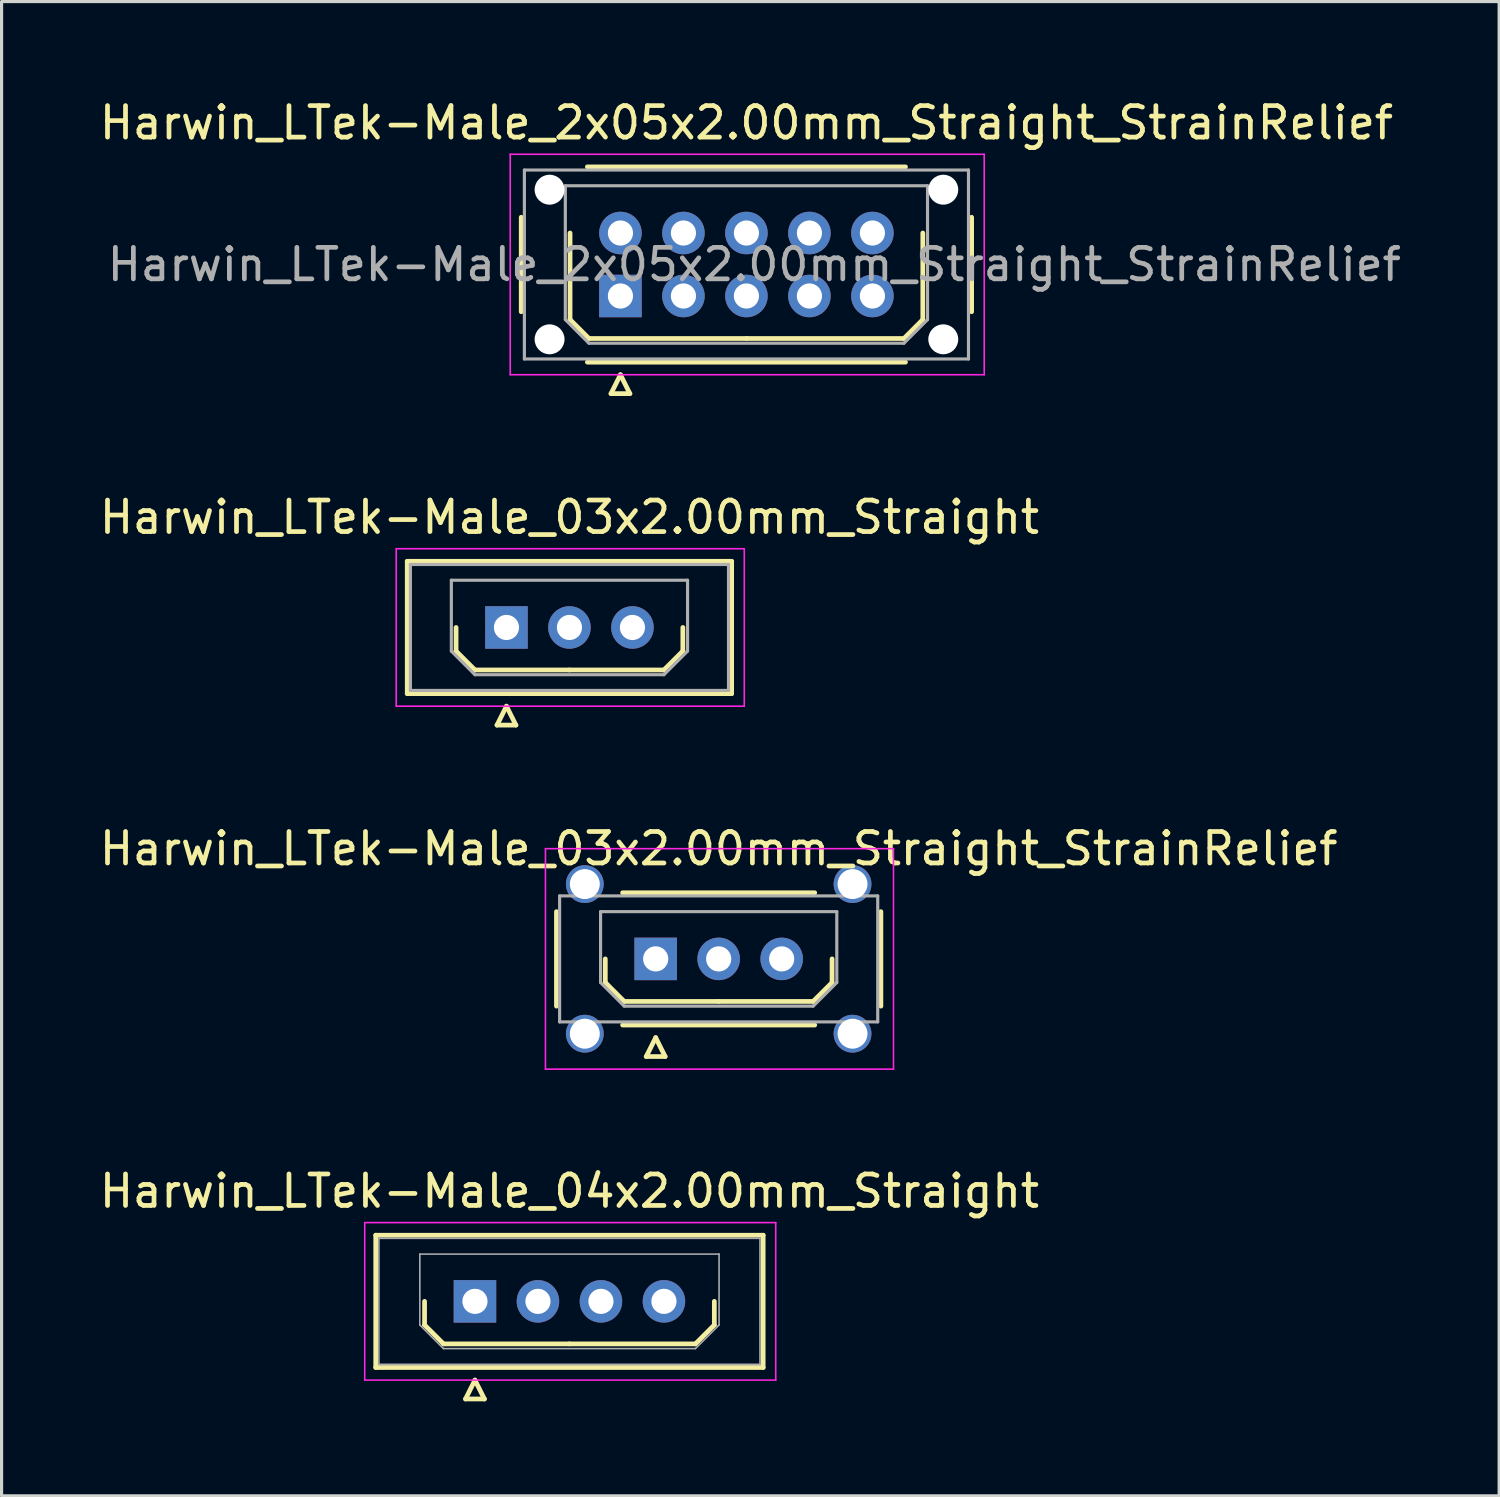
<source format=kicad_pcb>
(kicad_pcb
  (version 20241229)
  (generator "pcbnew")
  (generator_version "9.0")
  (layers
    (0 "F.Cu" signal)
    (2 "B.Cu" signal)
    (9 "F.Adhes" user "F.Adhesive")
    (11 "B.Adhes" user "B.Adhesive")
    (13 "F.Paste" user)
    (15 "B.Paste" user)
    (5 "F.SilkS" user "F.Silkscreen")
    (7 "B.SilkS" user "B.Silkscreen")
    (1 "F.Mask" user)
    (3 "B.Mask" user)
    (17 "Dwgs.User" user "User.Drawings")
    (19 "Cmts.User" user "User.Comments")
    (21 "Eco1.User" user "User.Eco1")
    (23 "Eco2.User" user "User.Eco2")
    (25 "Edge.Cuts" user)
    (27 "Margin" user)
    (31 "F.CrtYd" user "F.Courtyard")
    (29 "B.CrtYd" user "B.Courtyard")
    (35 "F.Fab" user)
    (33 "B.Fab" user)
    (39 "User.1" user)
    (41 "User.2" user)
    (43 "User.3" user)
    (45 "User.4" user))
  (footprint "Harwin_LTek-Male_04x2.00mm_Straight"
    (layer "F.Cu")
    (at 12.03 38.268)
    (property "Reference" "Harwin_LTek-Male_04x2.00mm_Straight" (at 3 -3.5 0) (layer "F.SilkS") (effects (font (size 1 1) (thickness 0.15))))
    (attr through_hole)
    (fp_line (start -3.15 -2.1) (end -3.15 2.1) (stroke (width 0.15) (type solid)) (layer "F.SilkS"))
    (fp_line (start -3.15 2.1) (end 9.15 2.1) (stroke (width 0.15) (type solid)) (layer "F.SilkS"))
    (fp_line (start -1.6 0) (end -1.6 0.75) (stroke (width 0.15) (type solid)) (layer "F.SilkS"))
    (fp_line (start -1.6 0.75) (end -1 1.35) (stroke (width 0.15) (type solid)) (layer "F.SilkS"))
    (fp_line (start -1 1.35) (end 3 1.35) (stroke (width 0.15) (type solid)) (layer "F.SilkS"))
    (fp_line (start -0.3 3.1) (end 0.3 3.1) (stroke (width 0.15) (type solid)) (layer "F.SilkS"))
    (fp_line (start 0 2.5) (end -0.3 3.1) (stroke (width 0.15) (type solid)) (layer "F.SilkS"))
    (fp_line (start 0.3 3.1) (end 0 2.5) (stroke (width 0.15) (type solid)) (layer "F.SilkS"))
    (fp_line (start 7 1.35) (end 3 1.35) (stroke (width 0.15) (type solid)) (layer "F.SilkS"))
    (fp_line (start 7.6 0) (end 7.6 0.75) (stroke (width 0.15) (type solid)) (layer "F.SilkS"))
    (fp_line (start 7.6 0.75) (end 7 1.35) (stroke (width 0.15) (type solid)) (layer "F.SilkS"))
    (fp_line (start 9.15 -2.1) (end -3.15 -2.1) (stroke (width 0.15) (type solid)) (layer "F.SilkS"))
    (fp_line (start 9.15 2.1) (end 9.15 -2.1) (stroke (width 0.15) (type solid)) (layer "F.SilkS"))
    (fp_line (start -3.5 -2.5) (end -3.5 2.5) (stroke (width 0.05) (type solid)) (layer "F.CrtYd"))
    (fp_line (start -3.5 2.5) (end 9.55 2.5) (stroke (width 0.05) (type solid)) (layer "F.CrtYd"))
    (fp_line (start 9.55 -2.5) (end -3.5 -2.5) (stroke (width 0.05) (type solid)) (layer "F.CrtYd"))
    (fp_line (start 9.55 2.5) (end 9.55 -2.5) (stroke (width 0.05) (type solid)) (layer "F.CrtYd"))
    (fp_line (start -3.05 -2) (end -3.05 2) (stroke (width 0.05) (type solid)) (layer "F.Fab"))
    (fp_line (start -3.05 2) (end 9.05 2) (stroke (width 0.05) (type solid)) (layer "F.Fab"))
    (fp_line (start -1.75 -1.5) (end 7.75 -1.5) (stroke (width 0.05) (type solid)) (layer "F.Fab"))
    (fp_line (start -1.75 0.75) (end -1.75 -1.5) (stroke (width 0.05) (type solid)) (layer "F.Fab"))
    (fp_line (start -1 1.5) (end -1.75 0.75) (stroke (width 0.05) (type solid)) (layer "F.Fab"))
    (fp_line (start 7 1.5) (end -1 1.5) (stroke (width 0.05) (type solid)) (layer "F.Fab"))
    (fp_line (start 7.75 -1.5) (end 7.75 0.75) (stroke (width 0.05) (type solid)) (layer "F.Fab"))
    (fp_line (start 7.75 0.75) (end 7 1.5) (stroke (width 0.05) (type solid)) (layer "F.Fab"))
    (fp_line (start 9.05 -2) (end -3.05 -2) (stroke (width 0.05) (type solid)) (layer "F.Fab"))
    (fp_line (start 9.05 2) (end 9.05 -2) (stroke (width 0.05) (type solid)) (layer "F.Fab"))
    (pad "1" thru_hole rect (at 0 0) (size 1.35 1.35) (drill 0.8) (layers "*.Cu" "*.Mask"))
    (pad "2" thru_hole circle (at 2 0) (size 1.35 1.35) (drill 0.8) (layers "*.Cu" "*.Mask"))
    (pad "3" thru_hole circle (at 4 0) (size 1.35 1.35) (drill 0.8) (layers "*.Cu" "*.Mask"))
    (pad "4" thru_hole circle (at 6 0) (size 1.35 1.35) (drill 0.8) (layers "*.Cu" "*.Mask")))
  (footprint "Harwin_LTek-Male_2x05x2.00mm_Straight_StrainRelief"
    (layer "F.Cu")
    (at 16.649 6.348)
    (property "Reference" "Harwin_LTek-Male_2x05x2.00mm_Straight_StrainRelief" (at 4 -5.5 0) (layer "F.SilkS") (effects (font (size 1 1) (thickness 0.15))))
    (attr through_hole)
    (fp_line (start -3.15 -2.5) (end -3.15 0.5) (stroke (width 0.15) (type solid)) (layer "F.SilkS"))
    (fp_line (start -1.6 -2) (end -1.6 0.75) (stroke (width 0.15) (type solid)) (layer "F.SilkS"))
    (fp_line (start -1.6 0.75) (end -1 1.35) (stroke (width 0.15) (type solid)) (layer "F.SilkS"))
    (fp_line (start -1.05 -4.1) (end 9.05 -4.1) (stroke (width 0.15) (type solid)) (layer "F.SilkS"))
    (fp_line (start -1.05 2.1) (end 9.05 2.1) (stroke (width 0.15) (type solid)) (layer "F.SilkS"))
    (fp_line (start -1 1.35) (end 4 1.35) (stroke (width 0.15) (type solid)) (layer "F.SilkS"))
    (fp_line (start -0.3 3.1) (end 0.3 3.1) (stroke (width 0.15) (type solid)) (layer "F.SilkS"))
    (fp_line (start 0 2.5) (end -0.3 3.1) (stroke (width 0.15) (type solid)) (layer "F.SilkS"))
    (fp_line (start 0.3 3.1) (end 0 2.5) (stroke (width 0.15) (type solid)) (layer "F.SilkS"))
    (fp_line (start 9 1.35) (end 4 1.35) (stroke (width 0.15) (type solid)) (layer "F.SilkS"))
    (fp_line (start 9.6 -2) (end 9.6 0.75) (stroke (width 0.15) (type solid)) (layer "F.SilkS"))
    (fp_line (start 9.6 0.75) (end 9 1.35) (stroke (width 0.15) (type solid)) (layer "F.SilkS"))
    (fp_line (start 11.15 -2.5) (end 11.15 0.5) (stroke (width 0.15) (type solid)) (layer "F.SilkS"))
    (fp_line (start -3.5 -4.5) (end -3.5 2.5) (stroke (width 0.05) (type solid)) (layer "F.CrtYd"))
    (fp_line (start -3.5 2.5) (end 11.55 2.5) (stroke (width 0.05) (type solid)) (layer "F.CrtYd"))
    (fp_line (start 11.55 -4.5) (end -3.5 -4.5) (stroke (width 0.05) (type solid)) (layer "F.CrtYd"))
    (fp_line (start 11.55 2.5) (end 11.55 -4.5) (stroke (width 0.05) (type solid)) (layer "F.CrtYd"))
    (fp_line (start -3.05 -4) (end -3.05 2) (stroke (width 0.1) (type solid)) (layer "F.Fab"))
    (fp_line (start -3.05 2) (end 11.05 2) (stroke (width 0.1) (type solid)) (layer "F.Fab"))
    (fp_line (start -1.75 -3.5) (end 9.75 -3.5) (stroke (width 0.1) (type solid)) (layer "F.Fab"))
    (fp_line (start -1.75 0.75) (end -1.75 -3.5) (stroke (width 0.1) (type solid)) (layer "F.Fab"))
    (fp_line (start -1 1.5) (end -1.75 0.75) (stroke (width 0.1) (type solid)) (layer "F.Fab"))
    (fp_line (start 9 1.5) (end -1 1.5) (stroke (width 0.1) (type solid)) (layer "F.Fab"))
    (fp_line (start 9.75 -3.5) (end 9.75 0.75) (stroke (width 0.1) (type solid)) (layer "F.Fab"))
    (fp_line (start 9.75 0.75) (end 9 1.5) (stroke (width 0.1) (type solid)) (layer "F.Fab"))
    (fp_line (start 11.05 -4) (end -3.05 -4) (stroke (width 0.1) (type solid)) (layer "F.Fab"))
    (fp_line (start 11.05 2) (end 11.05 -4) (stroke (width 0.1) (type solid)) (layer "F.Fab"))
    (fp_text user "${REFERENCE}" (at 4.25 -1 0) (layer "F.Fab") (effects (font (size 1 1) (thickness 0.15))))
    (pad "" np_thru_hole circle (at -2.25 -3.375) (size 0.95 0.95) (drill 0.95) (layers "*.Cu" "*.Mask"))
    (pad "" np_thru_hole circle (at -2.25 1.375) (size 0.95 0.95) (drill 0.95) (layers "*.Cu" "*.Mask"))
    (pad "" np_thru_hole circle (at 10.25 -3.375) (size 0.95 0.95) (drill 0.95) (layers "*.Cu" "*.Mask"))
    (pad "" np_thru_hole circle (at 10.25 1.375) (size 0.95 0.95) (drill 0.95) (layers "*.Cu" "*.Mask"))
    (pad "1" thru_hole rect (at 0 0) (size 1.35 1.35) (drill 0.8) (layers "*.Cu" "*.Mask"))
    (pad "2" thru_hole circle (at 2 0) (size 1.35 1.35) (drill 0.8) (layers "*.Cu" "*.Mask"))
    (pad "3" thru_hole circle (at 4 0) (size 1.35 1.35) (drill 0.8) (layers "*.Cu" "*.Mask"))
    (pad "4" thru_hole circle (at 6 0) (size 1.35 1.35) (drill 0.8) (layers "*.Cu" "*.Mask"))
    (pad "5" thru_hole circle (at 8 0) (size 1.35 1.35) (drill 0.8) (layers "*.Cu" "*.Mask"))
    (pad "6" thru_hole circle (at 0 -2) (size 1.35 1.35) (drill 0.8) (layers "*.Cu" "*.Mask"))
    (pad "7" thru_hole circle (at 2 -2) (size 1.35 1.35) (drill 0.8) (layers "*.Cu" "*.Mask"))
    (pad "8" thru_hole circle (at 4 -2) (size 1.35 1.35) (drill 0.8) (layers "*.Cu" "*.Mask"))
    (pad "9" thru_hole circle (at 6 -2) (size 1.35 1.35) (drill 0.8) (layers "*.Cu" "*.Mask"))
    (pad "10" thru_hole circle (at 8 -2) (size 1.35 1.35) (drill 0.8) (layers "*.Cu" "*.Mask")))
  (footprint "Harwin_LTek-Male_03x2.00mm_Straight"
    (layer "F.Cu")
    (at 13.03 16.872)
    (property "Reference" "Harwin_LTek-Male_03x2.00mm_Straight" (at 2 -3.5 0) (layer "F.SilkS") (effects (font (size 1 1) (thickness 0.15))))
    (attr through_hole)
    (fp_line (start -3.15 -2.1) (end -3.15 2.1) (stroke (width 0.15) (type solid)) (layer "F.SilkS"))
    (fp_line (start -3.15 2.1) (end 7.15 2.1) (stroke (width 0.15) (type solid)) (layer "F.SilkS"))
    (fp_line (start -1.6 0) (end -1.6 0.75) (stroke (width 0.15) (type solid)) (layer "F.SilkS"))
    (fp_line (start -1.6 0.75) (end -1 1.35) (stroke (width 0.15) (type solid)) (layer "F.SilkS"))
    (fp_line (start -1 1.35) (end 2 1.35) (stroke (width 0.15) (type solid)) (layer "F.SilkS"))
    (fp_line (start -0.3 3.1) (end 0.3 3.1) (stroke (width 0.15) (type solid)) (layer "F.SilkS"))
    (fp_line (start 0 2.5) (end -0.3 3.1) (stroke (width 0.15) (type solid)) (layer "F.SilkS"))
    (fp_line (start 0.3 3.1) (end 0 2.5) (stroke (width 0.15) (type solid)) (layer "F.SilkS"))
    (fp_line (start 5 1.35) (end 2 1.35) (stroke (width 0.15) (type solid)) (layer "F.SilkS"))
    (fp_line (start 5.6 0) (end 5.6 0.75) (stroke (width 0.15) (type solid)) (layer "F.SilkS"))
    (fp_line (start 5.6 0.75) (end 5 1.35) (stroke (width 0.15) (type solid)) (layer "F.SilkS"))
    (fp_line (start 7.15 -2.1) (end -3.15 -2.1) (stroke (width 0.15) (type solid)) (layer "F.SilkS"))
    (fp_line (start 7.15 2.1) (end 7.15 -2.1) (stroke (width 0.15) (type solid)) (layer "F.SilkS"))
    (fp_line (start -3.5 -2.5) (end -3.5 2.5) (stroke (width 0.05) (type solid)) (layer "F.CrtYd"))
    (fp_line (start -3.5 2.5) (end 7.55 2.5) (stroke (width 0.05) (type solid)) (layer "F.CrtYd"))
    (fp_line (start 7.55 -2.5) (end -3.5 -2.5) (stroke (width 0.05) (type solid)) (layer "F.CrtYd"))
    (fp_line (start 7.55 2.5) (end 7.55 -2.5) (stroke (width 0.05) (type solid)) (layer "F.CrtYd"))
    (fp_line (start -3.05 -2) (end -3.05 2) (stroke (width 0.1) (type solid)) (layer "F.Fab"))
    (fp_line (start -3.05 2) (end 7.05 2) (stroke (width 0.1) (type solid)) (layer "F.Fab"))
    (fp_line (start -1.75 -1.5) (end 5.75 -1.5) (stroke (width 0.1) (type solid)) (layer "F.Fab"))
    (fp_line (start -1.75 0.75) (end -1.75 -1.5) (stroke (width 0.1) (type solid)) (layer "F.Fab"))
    (fp_line (start -1 1.5) (end -1.75 0.75) (stroke (width 0.1) (type solid)) (layer "F.Fab"))
    (fp_line (start 5 1.5) (end -1 1.5) (stroke (width 0.1) (type solid)) (layer "F.Fab"))
    (fp_line (start 5.75 -1.5) (end 5.75 0.75) (stroke (width 0.1) (type solid)) (layer "F.Fab"))
    (fp_line (start 5.75 0.75) (end 5 1.5) (stroke (width 0.1) (type solid)) (layer "F.Fab"))
    (fp_line (start 7.05 -2) (end -3.05 -2) (stroke (width 0.1) (type solid)) (layer "F.Fab"))
    (fp_line (start 7.05 2) (end 7.05 -2) (stroke (width 0.1) (type solid)) (layer "F.Fab"))
    (pad "1" thru_hole rect (at 0 0) (size 1.35 1.35) (drill 0.8) (layers "*.Cu" "*.Mask"))
    (pad "2" thru_hole circle (at 2 0) (size 1.35 1.35) (drill 0.8) (layers "*.Cu" "*.Mask"))
    (pad "3" thru_hole circle (at 4 0) (size 1.35 1.35) (drill 0.8) (layers "*.Cu" "*.Mask")))
  (footprint "Harwin_LTek-Male_03x2.00mm_Straight_StrainRelief"
    (layer "F.Cu")
    (at 17.768 27.395)
    (property "Reference" "Harwin_LTek-Male_03x2.00mm_Straight_StrainRelief" (at 2 -3.5 0) (layer "F.SilkS") (effects (font (size 1 1) (thickness 0.15))))
    (attr through_hole)
    (fp_line (start -3.15 -1.5) (end -3.15 1.5) (stroke (width 0.15) (type solid)) (layer "F.SilkS"))
    (fp_line (start -1.6 0) (end -1.6 0.75) (stroke (width 0.15) (type solid)) (layer "F.SilkS"))
    (fp_line (start -1.6 0.75) (end -1 1.35) (stroke (width 0.15) (type solid)) (layer "F.SilkS"))
    (fp_line (start -1.05 -2.1) (end 5.05 -2.1) (stroke (width 0.15) (type solid)) (layer "F.SilkS"))
    (fp_line (start -1.05 2.1) (end 5.05 2.1) (stroke (width 0.15) (type solid)) (layer "F.SilkS"))
    (fp_line (start -1 1.35) (end 2 1.35) (stroke (width 0.15) (type solid)) (layer "F.SilkS"))
    (fp_line (start -0.3 3.1) (end 0.3 3.1) (stroke (width 0.15) (type solid)) (layer "F.SilkS"))
    (fp_line (start 0 2.5) (end -0.3 3.1) (stroke (width 0.15) (type solid)) (layer "F.SilkS"))
    (fp_line (start 0.3 3.1) (end 0 2.5) (stroke (width 0.15) (type solid)) (layer "F.SilkS"))
    (fp_line (start 5 1.35) (end 2 1.35) (stroke (width 0.15) (type solid)) (layer "F.SilkS"))
    (fp_line (start 5.6 0) (end 5.6 0.75) (stroke (width 0.15) (type solid)) (layer "F.SilkS"))
    (fp_line (start 5.6 0.75) (end 5 1.35) (stroke (width 0.15) (type solid)) (layer "F.SilkS"))
    (fp_line (start 7.15 -1.5) (end 7.15 1.5) (stroke (width 0.15) (type solid)) (layer "F.SilkS"))
    (fp_line (start -3.5 -3.5) (end -3.5 3.5) (stroke (width 0.05) (type solid)) (layer "F.CrtYd"))
    (fp_line (start -3.5 3.5) (end 7.55 3.5) (stroke (width 0.05) (type solid)) (layer "F.CrtYd"))
    (fp_line (start 7.55 -3.5) (end -3.5 -3.5) (stroke (width 0.05) (type solid)) (layer "F.CrtYd"))
    (fp_line (start 7.55 3.5) (end 7.55 -3.5) (stroke (width 0.05) (type solid)) (layer "F.CrtYd"))
    (fp_line (start -3.05 -2) (end -3.05 2) (stroke (width 0.1) (type solid)) (layer "F.Fab"))
    (fp_line (start -3.05 2) (end 7.05 2) (stroke (width 0.1) (type solid)) (layer "F.Fab"))
    (fp_line (start -1.75 -1.5) (end 5.75 -1.5) (stroke (width 0.1) (type solid)) (layer "F.Fab"))
    (fp_line (start -1.75 0.75) (end -1.75 -1.5) (stroke (width 0.1) (type solid)) (layer "F.Fab"))
    (fp_line (start -1 1.5) (end -1.75 0.75) (stroke (width 0.1) (type solid)) (layer "F.Fab"))
    (fp_line (start 5 1.5) (end -1 1.5) (stroke (width 0.1) (type solid)) (layer "F.Fab"))
    (fp_line (start 5.75 -1.5) (end 5.75 0.75) (stroke (width 0.1) (type solid)) (layer "F.Fab"))
    (fp_line (start 5.75 0.75) (end 5 1.5) (stroke (width 0.1) (type solid)) (layer "F.Fab"))
    (fp_line (start 7.05 -2) (end -3.05 -2) (stroke (width 0.1) (type solid)) (layer "F.Fab"))
    (fp_line (start 7.05 2) (end 7.05 -2) (stroke (width 0.1) (type solid)) (layer "F.Fab"))
    (pad "" thru_hole circle (at -2.25 -2.375) (size 1.2 1.2) (drill 0.95) (layers "*.Cu" "*.Mask"))
    (pad "" thru_hole circle (at -2.25 2.375) (size 1.2 1.2) (drill 0.95) (layers "*.Cu" "*.Mask"))
    (pad "" thru_hole circle (at 6.25 -2.375) (size 1.2 1.2) (drill 0.95) (layers "*.Cu" "*.Mask"))
    (pad "" thru_hole circle (at 6.25 2.375) (size 1.2 1.2) (drill 0.95) (layers "*.Cu" "*.Mask"))
    (pad "1" thru_hole rect (at 0 0) (size 1.35 1.35) (drill 0.8) (layers "*.Cu" "*.Mask"))
    (pad "2" thru_hole circle (at 2 0) (size 1.35 1.35) (drill 0.8) (layers "*.Cu" "*.Mask"))
    (pad "3" thru_hole circle (at 4 0) (size 1.35 1.35) (drill 0.8) (layers "*.Cu" "*.Mask")))
  (gr_rect
    (start -3 -3)
    (end 44.548 44.443)
    (stroke (width 0.1) (type default))
    (fill no)
    (layer "Edge.Cuts")))
</source>
